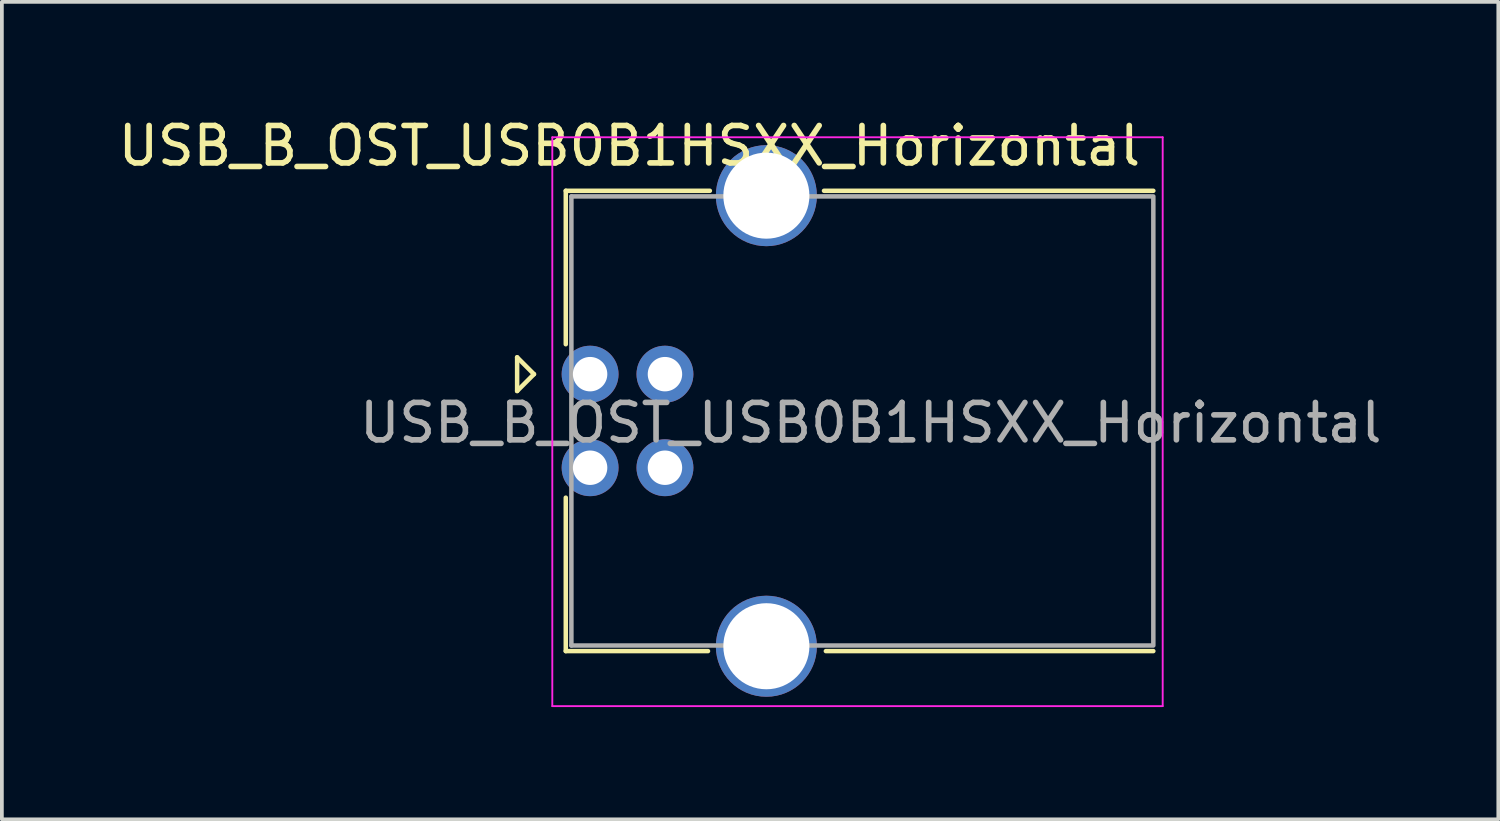
<source format=kicad_pcb>
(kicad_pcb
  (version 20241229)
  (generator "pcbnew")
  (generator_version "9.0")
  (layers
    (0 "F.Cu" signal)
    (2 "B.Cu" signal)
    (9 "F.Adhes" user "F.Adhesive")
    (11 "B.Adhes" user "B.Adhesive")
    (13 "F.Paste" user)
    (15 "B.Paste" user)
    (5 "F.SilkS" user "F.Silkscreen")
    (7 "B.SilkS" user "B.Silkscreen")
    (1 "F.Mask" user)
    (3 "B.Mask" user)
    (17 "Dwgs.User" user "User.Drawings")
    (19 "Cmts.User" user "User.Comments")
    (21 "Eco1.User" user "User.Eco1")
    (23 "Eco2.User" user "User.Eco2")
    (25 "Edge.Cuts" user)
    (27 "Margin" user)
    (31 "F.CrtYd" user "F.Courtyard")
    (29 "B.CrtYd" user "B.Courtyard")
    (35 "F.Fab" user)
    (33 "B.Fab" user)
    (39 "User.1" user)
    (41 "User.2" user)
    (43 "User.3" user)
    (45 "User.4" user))
  (footprint "USB_B_OST_USB0B1HSXX_Horizontal"
    (layer "F.Cu")
    (at 12.718 6.948)
    (property "Reference" "USB_B_OST_USB0B1HSXX_Horizontal" (at 1.05 -6.1 0) (layer "F.SilkS") (effects (font (size 1 1) (thickness 0.15))))
    (attr through_hole)
    (fp_line (start -1.95 -0.45) (end -1.95 0.45) (stroke (width 0.12) (type solid)) (layer "F.SilkS"))
    (fp_line (start -1.95 0.45) (end -1.5 0) (stroke (width 0.12) (type solid)) (layer "F.SilkS"))
    (fp_line (start -1.5 0) (end -1.95 -0.45) (stroke (width 0.12) (type solid)) (layer "F.SilkS"))
    (fp_line (start -0.65 -4.9) (end 3.2 -4.9) (stroke (width 0.12) (type solid)) (layer "F.SilkS"))
    (fp_line (start -0.65 -0.8) (end -0.65 -4.9) (stroke (width 0.12) (type solid)) (layer "F.SilkS"))
    (fp_line (start -0.65 3.3) (end -0.65 7.4) (stroke (width 0.12) (type solid)) (layer "F.SilkS"))
    (fp_line (start -0.65 7.4) (end 3.15 7.4) (stroke (width 0.12) (type solid)) (layer "F.SilkS"))
    (fp_line (start 6.25 -4.9) (end 15.05 -4.9) (stroke (width 0.12) (type solid)) (layer "F.SilkS"))
    (fp_line (start 6.3 7.4) (end 15.05 7.4) (stroke (width 0.12) (type solid)) (layer "F.SilkS"))
    (fp_line (start -1.01 -6.33) (end -1.01 8.87) (stroke (width 0.05) (type solid)) (layer "F.CrtYd"))
    (fp_line (start -1.01 -6.33) (end 15.3 -6.33) (stroke (width 0.05) (type solid)) (layer "F.CrtYd"))
    (fp_line (start 15.3 8.87) (end -1.01 8.87) (stroke (width 0.05) (type solid)) (layer "F.CrtYd"))
    (fp_line (start 15.3 8.87) (end 15.3 -6.33) (stroke (width 0.05) (type solid)) (layer "F.CrtYd"))
    (fp_line (start -0.5 -4.75) (end -0.5 7.25) (stroke (width 0.12) (type solid)) (layer "F.Fab"))
    (fp_line (start 15 -4.75) (end -0.5 -4.75) (stroke (width 0.12) (type solid)) (layer "F.Fab"))
    (fp_line (start 15 7.25) (end -0.5 7.25) (stroke (width 0.12) (type solid)) (layer "F.Fab"))
    (fp_line (start 15.05 -4.75) (end 15.05 7.25) (stroke (width 0.12) (type solid)) (layer "F.Fab"))
    (fp_text user "${REFERENCE}" (at 7.5 1.3 0) (layer "F.Fab") (effects (font (size 1 1) (thickness 0.15))))
    (pad "1" thru_hole circle (at 0 0 270) (size 1.52 1.52) (drill 0.92) (layers "*.Cu" "*.Mask"))
    (pad "2" thru_hole circle (at 0 2.5 270) (size 1.52 1.52) (drill 0.92) (layers "*.Cu" "*.Mask"))
    (pad "3" thru_hole circle (at 2 2.5 270) (size 1.52 1.52) (drill 0.92) (layers "*.Cu" "*.Mask"))
    (pad "4" thru_hole circle (at 2 0 270) (size 1.52 1.52) (drill 0.92) (layers "*.Cu" "*.Mask"))
    (pad "5" thru_hole circle (at 4.71 -4.77 270) (size 2.7 2.7) (drill 2.3) (layers "*.Cu" "*.Mask"))
    (pad "5" thru_hole circle (at 4.71 7.27 270) (size 2.7 2.7) (drill 2.3) (layers "*.Cu" "*.Mask")))
  (gr_rect
    (start -3 -3)
    (end 36.986 18.843)
    (stroke (width 0.1) (type default))
    (fill no)
    (layer "Edge.Cuts")))
</source>
